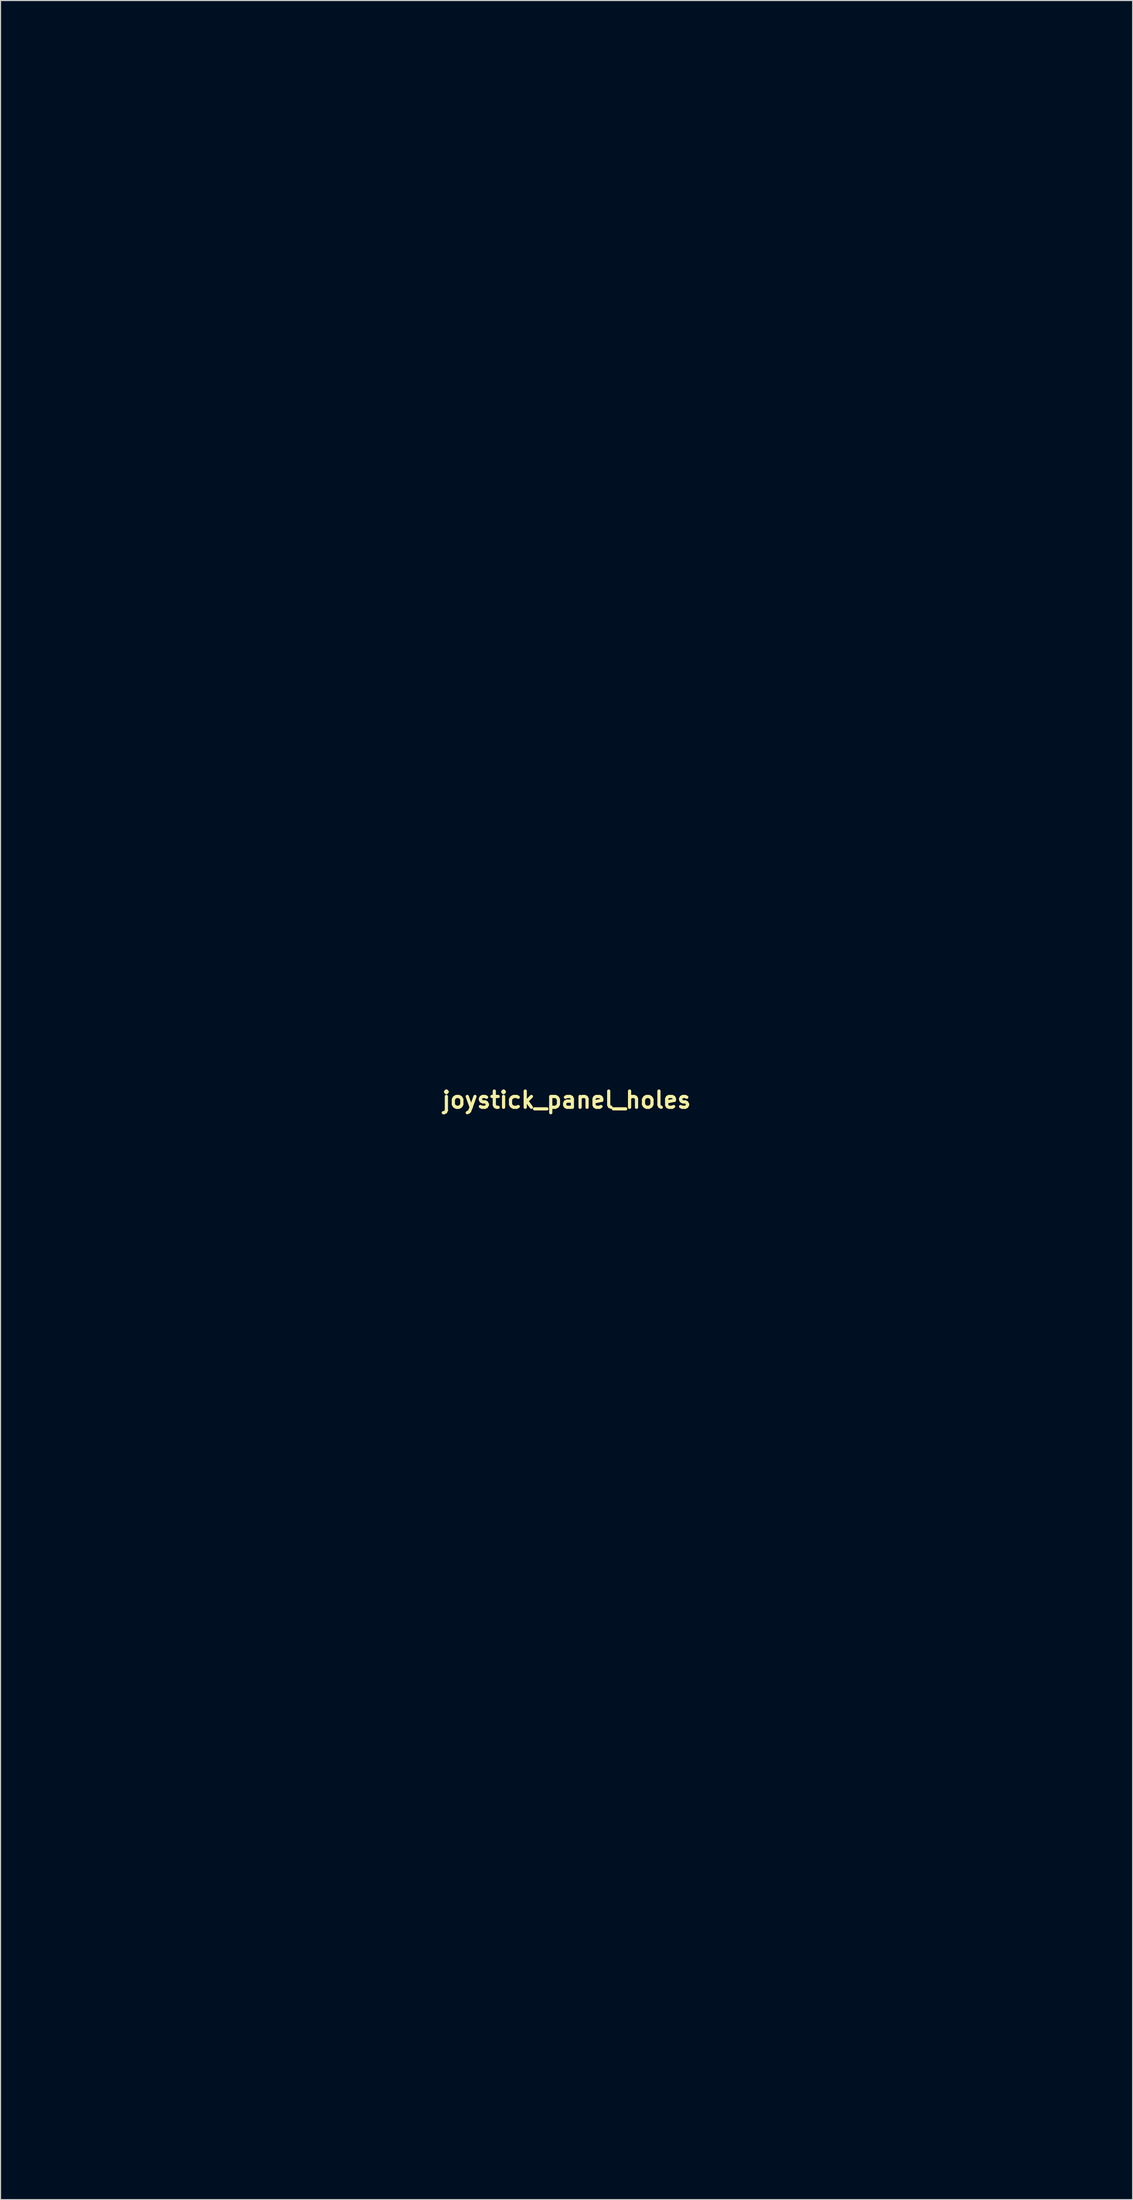
<source format=kicad_pcb>
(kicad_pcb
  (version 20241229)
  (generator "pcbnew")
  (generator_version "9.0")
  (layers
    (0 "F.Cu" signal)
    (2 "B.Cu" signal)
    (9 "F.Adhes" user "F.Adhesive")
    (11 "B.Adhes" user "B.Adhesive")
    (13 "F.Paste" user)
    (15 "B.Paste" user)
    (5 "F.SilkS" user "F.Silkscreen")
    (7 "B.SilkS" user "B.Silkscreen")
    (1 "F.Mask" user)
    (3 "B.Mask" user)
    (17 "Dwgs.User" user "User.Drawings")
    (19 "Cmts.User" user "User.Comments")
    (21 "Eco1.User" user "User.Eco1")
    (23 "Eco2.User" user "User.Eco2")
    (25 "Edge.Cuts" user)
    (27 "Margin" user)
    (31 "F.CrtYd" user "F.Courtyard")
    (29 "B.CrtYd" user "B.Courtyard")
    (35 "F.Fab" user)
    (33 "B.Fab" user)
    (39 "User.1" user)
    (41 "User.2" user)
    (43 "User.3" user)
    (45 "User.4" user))
  (footprint "joystick_panel_holes"
    (layer "F.Cu")
    (at 50.145 100.132)
    (property "Reference" "joystick_panel_holes" (at 0 0 0) (layer "F.SilkS") (effects (font (size 1.524 1.524) (thickness 0.3))))
    (attr through_hole)
    (fp_poly (pts (xy 50.14 100.152) (xy -50.14 100.152) (xy -50.14 -99.847) (xy -49.86 -99.847) (xy -49.86 99.873) (xy 49.86 99.873) (xy 49.86 -99.847) (xy -49.86 -99.847) (xy -50.14 -99.847) (xy -50.14 -100.127) (xy 50.14 -100.127) (xy 50.14 100.152)) (stroke (width 0.01) (type solid)) (fill no) (layer "Eco1.User"))
    (fp_poly (pts (xy -16.058 -34.976) (xy -16.011 -34.967) (xy -15.769 -34.892) (xy -15.553 -34.776) (xy -15.368 -34.625) (xy -15.218 -34.442) (xy -15.105 -34.232) (xy -15.035 -33.999) (xy -15.009 -33.748) (xy -15.009 -33.739) (xy -15.029 -33.492) (xy -15.092 -33.27) (xy -15.199 -33.065) (xy -15.337 -32.89) (xy -15.515 -32.732) (xy -15.719 -32.612) (xy -15.941 -32.53) (xy -16.173 -32.491) (xy -16.406 -32.497) (xy -16.554 -32.526) (xy -16.787 -32.612) (xy -16.99 -32.734) (xy -17.162 -32.886) (xy -17.3 -33.063) (xy -17.404 -33.26) (xy -17.472 -33.47) (xy -17.502 -33.688) (xy -17.492 -33.91) (xy -17.441 -34.128) (xy -17.348 -34.339) (xy -17.209 -34.536) (xy -17.165 -34.586) (xy -16.973 -34.755) (xy -16.762 -34.88) (xy -16.535 -34.959) (xy -16.299 -34.992) (xy -16.058 -34.976)) (stroke (width 0.01) (type solid)) (fill no) (layer "Eco1.User"))
    (fp_poly (pts (xy 16.429 -34.978) (xy 16.663 -34.919) (xy 16.876 -34.819) (xy 17.064 -34.683) (xy 17.224 -34.516) (xy 17.351 -34.325) (xy 17.442 -34.114) (xy 17.493 -33.89) (xy 17.501 -33.657) (xy 17.464 -33.43) (xy 17.378 -33.199) (xy 17.253 -32.994) (xy 17.094 -32.82) (xy 16.908 -32.679) (xy 16.7 -32.574) (xy 16.476 -32.509) (xy 16.24 -32.488) (xy 16 -32.514) (xy 15.96 -32.523) (xy 15.736 -32.602) (xy 15.529 -32.725) (xy 15.348 -32.884) (xy 15.197 -33.073) (xy 15.085 -33.285) (xy 15.037 -33.425) (xy 15.014 -33.568) (xy 15.008 -33.737) (xy 15.02 -33.912) (xy 15.049 -34.073) (xy 15.061 -34.116) (xy 15.156 -34.339) (xy 15.289 -34.535) (xy 15.456 -34.702) (xy 15.651 -34.834) (xy 15.866 -34.928) (xy 16.096 -34.981) (xy 16.336 -34.988) (xy 16.429 -34.978)) (stroke (width 0.01) (type solid)) (fill no) (layer "Eco1.User"))
    (fp_poly (pts (xy 16.477 -67.468) (xy 16.696 -67.408) (xy 16.901 -67.309) (xy 17.088 -67.171) (xy 17.249 -66.997) (xy 17.355 -66.834) (xy 17.445 -66.617) (xy 17.492 -66.383) (xy 17.495 -66.142) (xy 17.455 -65.905) (xy 17.37 -65.68) (xy 17.354 -65.648) (xy 17.233 -65.471) (xy 17.074 -65.309) (xy 16.889 -65.173) (xy 16.689 -65.072) (xy 16.573 -65.033) (xy 16.464 -65.014) (xy 16.327 -65.003) (xy 16.182 -65.002) (xy 16.046 -65.011) (xy 15.936 -65.028) (xy 15.913 -65.035) (xy 15.69 -65.127) (xy 15.496 -65.253) (xy 15.417 -65.321) (xy 15.246 -65.506) (xy 15.123 -65.702) (xy 15.046 -65.916) (xy 15.011 -66.153) (xy 15.008 -66.245) (xy 15.03 -66.494) (xy 15.096 -66.721) (xy 15.208 -66.928) (xy 15.368 -67.12) (xy 15.402 -67.152) (xy 15.594 -67.301) (xy 15.803 -67.406) (xy 16.024 -67.468) (xy 16.251 -67.489) (xy 16.477 -67.468)) (stroke (width 0.01) (type solid)) (fill no) (layer "Eco1.User"))
    (fp_poly (pts (xy -16.184 -67.482) (xy -16.057 -67.474) (xy -15.96 -67.46) (xy -15.873 -67.435) (xy -15.776 -67.395) (xy -15.742 -67.379) (xy -15.521 -67.251) (xy -15.336 -67.089) (xy -15.189 -66.899) (xy -15.084 -66.683) (xy -15.023 -66.448) (xy -15.008 -66.253) (xy -15.026 -66.01) (xy -15.083 -65.794) (xy -15.184 -65.595) (xy -15.331 -65.406) (xy -15.349 -65.387) (xy -15.535 -65.22) (xy -15.734 -65.102) (xy -15.952 -65.029) (xy -16.193 -65.001) (xy -16.249 -65) (xy -16.422 -65.01) (xy -16.57 -65.035) (xy -16.612 -65.046) (xy -16.791 -65.115) (xy -16.939 -65.199) (xy -17.076 -65.31) (xy -17.132 -65.364) (xy -17.296 -65.561) (xy -17.411 -65.774) (xy -17.479 -66.003) (xy -17.501 -66.243) (xy -17.476 -66.49) (xy -17.406 -66.721) (xy -17.294 -66.932) (xy -17.143 -67.117) (xy -16.958 -67.271) (xy -16.743 -67.39) (xy -16.604 -67.441) (xy -16.502 -67.468) (xy -16.407 -67.482) (xy -16.299 -67.486) (xy -16.184 -67.482)) (stroke (width 0.01) (type solid)) (fill no) (layer "Eco1.User"))
    (fp_poly (pts (xy -37.478 -20.583) (xy -37.201 -20.557) (xy -36.944 -20.487) (xy -36.71 -20.378) (xy -36.499 -20.235) (xy -36.317 -20.061) (xy -36.164 -19.862) (xy -36.044 -19.641) (xy -35.959 -19.404) (xy -35.913 -19.154) (xy -35.907 -18.897) (xy -35.945 -18.636) (xy -36.029 -18.376) (xy -36.082 -18.263) (xy -36.228 -18.03) (xy -36.41 -17.827) (xy -36.622 -17.659) (xy -36.857 -17.529) (xy -37.111 -17.438) (xy -37.376 -17.391) (xy -37.647 -17.391) (xy -37.739 -17.402) (xy -38.005 -17.466) (xy -38.251 -17.572) (xy -38.473 -17.716) (xy -38.667 -17.893) (xy -38.831 -18.097) (xy -38.96 -18.323) (xy -39.051 -18.568) (xy -39.1 -18.826) (xy -39.105 -19.092) (xy -39.1 -19.126) (xy -38.506 -19.126) (xy -38.506 -18.872) (xy -37.643 -18.872) (xy -37.643 -17.983) (xy -37.39 -17.983) (xy -37.376 -18.86) (xy -36.937 -18.866) (xy -36.497 -18.873) (xy -36.505 -18.993) (xy -36.513 -19.113) (xy -37.389 -19.127) (xy -37.389 -19.99) (xy -37.643 -19.99) (xy -37.643 -19.126) (xy -38.506 -19.126) (xy -39.1 -19.126) (xy -39.08 -19.281) (xy -39.002 -19.551) (xy -38.882 -19.801) (xy -38.724 -20.024) (xy -38.533 -20.215) (xy -38.312 -20.369) (xy -38.227 -20.414) (xy -38.048 -20.493) (xy -37.889 -20.545) (xy -37.729 -20.573) (xy -37.549 -20.583) (xy -37.478 -20.583)) (stroke (width 0.01) (type solid)) (fill no) (layer "Eco1.User"))
    (fp_poly (pts (xy 37.697 -20.577) (xy 37.876 -20.548) (xy 38.049 -20.494) (xy 38.189 -20.433) (xy 38.438 -20.287) (xy 38.65 -20.106) (xy 38.826 -19.889) (xy 38.95 -19.672) (xy 39.024 -19.496) (xy 39.071 -19.33) (xy 39.095 -19.154) (xy 39.1 -18.961) (xy 39.073 -18.682) (xy 39 -18.419) (xy 38.886 -18.177) (xy 38.733 -17.959) (xy 38.545 -17.771) (xy 38.326 -17.615) (xy 38.079 -17.496) (xy 37.809 -17.418) (xy 37.709 -17.401) (xy 37.601 -17.387) (xy 37.525 -17.379) (xy 37.461 -17.379) (xy 37.391 -17.386) (xy 37.3 -17.399) (xy 37.02 -17.465) (xy 36.761 -17.575) (xy 36.527 -17.725) (xy 36.324 -17.912) (xy 36.156 -18.133) (xy 36.082 -18.263) (xy 36.018 -18.397) (xy 35.974 -18.512) (xy 35.943 -18.629) (xy 35.919 -18.771) (xy 35.916 -18.794) (xy 35.912 -18.873) (xy 36.497 -18.873) (xy 37.376 -18.86) (xy 37.383 -18.421) (xy 37.39 -17.983) (xy 37.643 -17.983) (xy 37.643 -18.872) (xy 38.506 -18.872) (xy 38.506 -19.126) (xy 37.643 -19.126) (xy 37.643 -19.99) (xy 37.389 -19.99) (xy 37.389 -19.127) (xy 36.513 -19.113) (xy 36.497 -18.873) (xy 35.912 -18.873) (xy 35.902 -19.063) (xy 35.936 -19.323) (xy 36.012 -19.571) (xy 36.127 -19.802) (xy 36.278 -20.012) (xy 36.46 -20.195) (xy 36.669 -20.349) (xy 36.901 -20.467) (xy 37.153 -20.547) (xy 37.421 -20.583) (xy 37.49 -20.585) (xy 37.697 -20.577)) (stroke (width 0.01) (type solid)) (fill no) (layer "Eco1.User"))
    (fp_poly (pts (xy 25.491 -8.454) (xy 25.891 -8.375) (xy 26.06 -8.326) (xy 26.424 -8.189) (xy 26.761 -8.016) (xy 27.078 -7.802) (xy 27.382 -7.544) (xy 27.472 -7.456) (xy 27.757 -7.14) (xy 27.995 -6.804) (xy 28.188 -6.447) (xy 28.336 -6.066) (xy 28.44 -5.66) (xy 28.462 -5.541) (xy 28.481 -5.379) (xy 28.492 -5.185) (xy 28.494 -4.974) (xy 28.489 -4.759) (xy 28.476 -4.557) (xy 28.456 -4.38) (xy 28.437 -4.28) (xy 28.319 -3.863) (xy 28.157 -3.47) (xy 27.954 -3.105) (xy 27.711 -2.769) (xy 27.429 -2.465) (xy 27.112 -2.195) (xy 26.759 -1.96) (xy 26.616 -1.881) (xy 26.27 -1.725) (xy 25.899 -1.606) (xy 25.514 -1.526) (xy 25.126 -1.488) (xy 24.745 -1.493) (xy 24.664 -1.5) (xy 24.254 -1.566) (xy 23.861 -1.679) (xy 23.487 -1.834) (xy 23.136 -2.031) (xy 22.811 -2.265) (xy 22.514 -2.533) (xy 22.248 -2.834) (xy 22.018 -3.164) (xy 21.826 -3.52) (xy 21.674 -3.899) (xy 21.567 -4.299) (xy 21.551 -4.381) (xy 21.524 -4.592) (xy 21.51 -4.833) (xy 21.51 -5.087) (xy 21.511 -5.105) (xy 22.504 -5.105) (xy 22.504 -4.851) (xy 24.867 -4.851) (xy 24.867 -2.489) (xy 25.121 -2.489) (xy 25.121 -4.851) (xy 27.508 -4.851) (xy 27.508 -5.105) (xy 25.133 -5.118) (xy 25.127 -6.306) (xy 25.12 -7.493) (xy 24.867 -7.493) (xy 24.867 -5.105) (xy 22.504 -5.105) (xy 21.511 -5.105) (xy 21.523 -5.337) (xy 21.549 -5.565) (xy 21.564 -5.646) (xy 21.67 -6.058) (xy 21.822 -6.448) (xy 22.019 -6.816) (xy 22.259 -7.158) (xy 22.541 -7.473) (xy 22.835 -7.735) (xy 23.164 -7.968) (xy 23.518 -8.158) (xy 23.892 -8.307) (xy 24.282 -8.411) (xy 24.682 -8.471) (xy 25.086 -8.485) (xy 25.491 -8.454)) (stroke (width 0.01) (type solid)) (fill no) (layer "Eco1.User"))
    (fp_poly (pts (xy -45.271 -98.59) (xy -44.982 -98.59) (xy -44.737 -98.589) (xy -44.531 -98.588) (xy -44.359 -98.586) (xy -44.219 -98.584) (xy -44.106 -98.581) (xy -44.016 -98.578) (xy -43.945 -98.573) (xy -43.89 -98.567) (xy -43.846 -98.56) (xy -43.809 -98.552) (xy -43.777 -98.543) (xy -43.517 -98.439) (xy -43.279 -98.296) (xy -43.071 -98.118) (xy -42.897 -97.911) (xy -42.781 -97.714) (xy -42.702 -97.533) (xy -42.65 -97.372) (xy -42.621 -97.209) (xy -42.61 -97.025) (xy -42.61 -96.977) (xy -42.635 -96.699) (xy -42.707 -96.435) (xy -42.821 -96.191) (xy -42.976 -95.971) (xy -43.167 -95.778) (xy -43.392 -95.617) (xy -43.648 -95.492) (xy -43.802 -95.439) (xy -43.838 -95.429) (xy -43.88 -95.421) (xy -43.931 -95.415) (xy -43.997 -95.409) (xy -44.08 -95.404) (xy -44.186 -95.4) (xy -44.318 -95.397) (xy -44.481 -95.395) (xy -44.678 -95.393) (xy -44.915 -95.391) (xy -45.194 -95.389) (xy -45.479 -95.388) (xy -45.758 -95.387) (xy -46.027 -95.387) (xy -46.28 -95.388) (xy -46.513 -95.389) (xy -46.719 -95.391) (xy -46.895 -95.393) (xy -47.034 -95.396) (xy -47.132 -95.399) (xy -47.181 -95.402) (xy -47.451 -95.457) (xy -47.701 -95.554) (xy -47.927 -95.688) (xy -48.127 -95.856) (xy -48.297 -96.052) (xy -48.433 -96.272) (xy -48.533 -96.511) (xy -48.594 -96.764) (xy -48.612 -97.027) (xy -48.584 -97.294) (xy -48.549 -97.437) (xy -48.449 -97.69) (xy -48.305 -97.924) (xy -48.124 -98.132) (xy -47.91 -98.31) (xy -47.669 -98.451) (xy -47.434 -98.543) (xy -47.401 -98.553) (xy -47.364 -98.561) (xy -47.32 -98.567) (xy -47.264 -98.573) (xy -47.193 -98.578) (xy -47.102 -98.582) (xy -46.988 -98.584) (xy -46.847 -98.587) (xy -46.675 -98.588) (xy -46.467 -98.589) (xy -46.22 -98.59) (xy -45.931 -98.59) (xy -45.606 -98.59) (xy -45.271 -98.59)) (stroke (width 0.01) (type solid)) (fill no) (layer "Eco1.User"))
    (fp_poly (pts (xy -24.669 36.533) (xy -24.272 36.592) (xy -23.91 36.69) (xy -23.522 36.846) (xy -23.158 37.044) (xy -22.824 37.28) (xy -22.52 37.552) (xy -22.251 37.857) (xy -22.018 38.19) (xy -21.825 38.549) (xy -21.674 38.931) (xy -21.567 39.332) (xy -21.551 39.421) (xy -21.522 39.652) (xy -21.509 39.913) (xy -21.512 40.182) (xy -21.53 40.443) (xy -21.564 40.673) (xy -21.669 41.08) (xy -21.819 41.466) (xy -22.01 41.828) (xy -22.241 42.163) (xy -22.507 42.468) (xy -22.808 42.74) (xy -23.139 42.978) (xy -23.499 43.177) (xy -23.884 43.335) (xy -24.282 43.447) (xy -24.409 43.468) (xy -24.573 43.484) (xy -24.762 43.495) (xy -24.962 43.5) (xy -25.162 43.501) (xy -25.347 43.495) (xy -25.505 43.484) (xy -25.594 43.472) (xy -26.002 43.375) (xy -26.392 43.231) (xy -26.76 43.042) (xy -27.107 42.807) (xy -27.428 42.528) (xy -27.472 42.485) (xy -27.759 42.163) (xy -28 41.823) (xy -28.193 41.462) (xy -28.341 41.08) (xy -28.443 40.676) (xy -28.464 40.557) (xy -28.483 40.392) (xy -28.492 40.195) (xy -28.494 39.98) (xy -28.491 39.878) (xy -27.508 39.878) (xy -27.508 40.131) (xy -26.321 40.138) (xy -25.133 40.145) (xy -25.12 42.52) (xy -24.867 42.52) (xy -24.867 40.132) (xy -22.504 40.132) (xy -22.504 39.878) (xy -24.867 39.878) (xy -24.867 37.516) (xy -25.121 37.516) (xy -25.121 39.878) (xy -27.508 39.878) (xy -28.491 39.878) (xy -28.487 39.763) (xy -28.473 39.558) (xy -28.451 39.38) (xy -28.435 39.294) (xy -28.32 38.888) (xy -28.16 38.502) (xy -27.957 38.14) (xy -27.714 37.805) (xy -27.433 37.499) (xy -27.117 37.227) (xy -26.769 36.993) (xy -26.614 36.906) (xy -26.253 36.744) (xy -25.871 36.625) (xy -25.475 36.55) (xy -25.072 36.519) (xy -24.669 36.533)) (stroke (width 0.01) (type solid)) (fill no) (layer "Eco1.User"))
    (fp_poly (pts (xy -24.556 -8.461) (xy -24.154 -8.387) (xy -23.764 -8.265) (xy -23.65 -8.219) (xy -23.277 -8.035) (xy -22.932 -7.81) (xy -22.618 -7.548) (xy -22.336 -7.252) (xy -22.091 -6.926) (xy -21.884 -6.573) (xy -21.719 -6.197) (xy -21.598 -5.801) (xy -21.552 -5.575) (xy -21.525 -5.36) (xy -21.511 -5.116) (xy -21.51 -4.864) (xy -21.523 -4.621) (xy -21.548 -4.408) (xy -21.551 -4.394) (xy -21.645 -3.996) (xy -21.785 -3.615) (xy -21.967 -3.255) (xy -22.186 -2.919) (xy -22.441 -2.611) (xy -22.728 -2.333) (xy -23.044 -2.09) (xy -23.386 -1.883) (xy -23.749 -1.717) (xy -24.132 -1.594) (xy -24.39 -1.539) (xy -24.53 -1.52) (xy -24.694 -1.504) (xy -24.868 -1.492) (xy -25.034 -1.486) (xy -25.176 -1.486) (xy -25.248 -1.489) (xy -25.597 -1.537) (xy -25.949 -1.62) (xy -26.287 -1.732) (xy -26.596 -1.87) (xy -26.614 -1.88) (xy -26.978 -2.099) (xy -27.309 -2.357) (xy -27.605 -2.649) (xy -27.864 -2.973) (xy -28.084 -3.326) (xy -28.262 -3.706) (xy -28.396 -4.109) (xy -28.438 -4.28) (xy -28.462 -4.426) (xy -28.48 -4.609) (xy -28.49 -4.813) (xy -28.494 -5.025) (xy -28.492 -5.105) (xy -27.508 -5.105) (xy -27.508 -4.851) (xy -25.121 -4.851) (xy -25.121 -2.489) (xy -24.867 -2.489) (xy -24.867 -4.851) (xy -22.504 -4.851) (xy -22.504 -5.105) (xy -24.867 -5.105) (xy -24.867 -7.493) (xy -25.12 -7.493) (xy -25.133 -5.118) (xy -27.508 -5.105) (xy -28.492 -5.105) (xy -28.49 -5.23) (xy -28.478 -5.414) (xy -28.464 -5.53) (xy -28.375 -5.932) (xy -28.24 -6.319) (xy -28.061 -6.687) (xy -27.842 -7.031) (xy -27.585 -7.348) (xy -27.293 -7.633) (xy -26.969 -7.883) (xy -26.617 -8.094) (xy -26.556 -8.124) (xy -26.174 -8.285) (xy -25.778 -8.399) (xy -25.373 -8.467) (xy -24.964 -8.487) (xy -24.556 -8.461)) (stroke (width 0.01) (type solid)) (fill no) (layer "Eco1.User"))
    (fp_poly (pts (xy 25.353 36.534) (xy 25.57 36.559) (xy 25.59 36.562) (xy 25.99 36.655) (xy 26.372 36.793) (xy 26.734 36.974) (xy 27.072 37.194) (xy 27.382 37.45) (xy 27.662 37.739) (xy 27.907 38.058) (xy 28.114 38.404) (xy 28.28 38.774) (xy 28.372 39.054) (xy 28.445 39.367) (xy 28.486 39.686) (xy 28.499 40.018) (xy 28.475 40.445) (xy 28.404 40.853) (xy 28.286 41.243) (xy 28.121 41.614) (xy 27.908 41.965) (xy 27.649 42.297) (xy 27.473 42.485) (xy 27.154 42.77) (xy 26.812 43.011) (xy 26.448 43.206) (xy 26.065 43.354) (xy 25.663 43.456) (xy 25.572 43.472) (xy 25.412 43.491) (xy 25.219 43.502) (xy 25.011 43.507) (xy 24.803 43.503) (xy 24.61 43.493) (xy 24.45 43.475) (xy 24.433 43.473) (xy 24.026 43.379) (xy 23.639 43.24) (xy 23.275 43.06) (xy 22.936 42.839) (xy 22.625 42.583) (xy 22.346 42.292) (xy 22.102 41.971) (xy 21.895 41.621) (xy 21.727 41.247) (xy 21.603 40.85) (xy 21.564 40.673) (xy 21.53 40.442) (xy 21.512 40.182) (xy 21.509 39.913) (xy 21.51 39.878) (xy 22.504 39.878) (xy 22.504 40.132) (xy 24.867 40.132) (xy 24.867 42.52) (xy 25.12 42.52) (xy 25.127 41.332) (xy 25.133 40.145) (xy 26.321 40.138) (xy 27.508 40.131) (xy 27.508 39.878) (xy 25.121 39.878) (xy 25.121 37.516) (xy 24.867 37.516) (xy 24.867 39.878) (xy 22.504 39.878) (xy 21.51 39.878) (xy 21.521 39.654) (xy 21.55 39.424) (xy 21.55 39.421) (xy 21.647 39.017) (xy 21.788 38.632) (xy 21.971 38.27) (xy 22.193 37.933) (xy 22.452 37.624) (xy 22.743 37.347) (xy 23.063 37.104) (xy 23.411 36.898) (xy 23.783 36.733) (xy 24.175 36.612) (xy 24.409 36.562) (xy 24.619 36.536) (xy 24.858 36.523) (xy 25.109 36.522) (xy 25.353 36.534)) (stroke (width 0.01) (type solid)) (fill no) (layer "Eco1.User"))
    (fp_poly (pts (xy 38.191 70.065) (xy 38.664 70.154) (xy 39.126 70.287) (xy 39.575 70.465) (xy 40.006 70.687) (xy 40.416 70.952) (xy 40.703 71.176) (xy 41.076 71.521) (xy 41.408 71.895) (xy 41.698 72.294) (xy 41.945 72.715) (xy 42.148 73.155) (xy 42.307 73.612) (xy 42.421 74.083) (xy 42.488 74.564) (xy 42.507 75.053) (xy 42.479 75.546) (xy 42.401 76.041) (xy 42.328 76.349) (xy 42.176 76.812) (xy 41.978 77.258) (xy 41.736 77.684) (xy 41.454 78.084) (xy 41.134 78.457) (xy 40.779 78.797) (xy 40.392 79.102) (xy 40.138 79.271) (xy 39.698 79.515) (xy 39.242 79.711) (xy 38.771 79.858) (xy 38.284 79.957) (xy 37.782 80.007) (xy 37.265 80.01) (xy 37.198 80.006) (xy 36.713 79.955) (xy 36.239 79.856) (xy 35.78 79.712) (xy 35.339 79.524) (xy 34.918 79.296) (xy 34.521 79.029) (xy 34.151 78.725) (xy 33.811 78.387) (xy 33.504 78.017) (xy 33.232 77.618) (xy 32.999 77.191) (xy 32.809 76.74) (xy 32.793 76.695) (xy 32.655 76.231) (xy 32.562 75.752) (xy 32.514 75.265) (xy 32.513 74.892) (xy 35.014 74.892) (xy 35.014 75.146) (xy 37.389 75.159) (xy 37.389 77.521) (xy 37.643 77.521) (xy 37.643 75.159) (xy 40.005 75.159) (xy 40.005 74.879) (xy 37.643 74.879) (xy 37.643 72.517) (xy 37.389 72.517) (xy 37.389 74.879) (xy 36.201 74.885) (xy 35.014 74.892) (xy 32.513 74.892) (xy 32.513 74.777) (xy 32.557 74.294) (xy 32.648 73.824) (xy 32.651 73.812) (xy 32.797 73.333) (xy 32.988 72.875) (xy 33.221 72.44) (xy 33.495 72.032) (xy 33.808 71.652) (xy 34.155 71.305) (xy 34.537 70.993) (xy 34.949 70.719) (xy 35.349 70.505) (xy 35.805 70.314) (xy 36.274 70.171) (xy 36.75 70.075) (xy 37.231 70.025) (xy 37.713 70.022) (xy 38.191 70.065)) (stroke (width 0.01) (type solid)) (fill no) (layer "Eco1.User"))
    (fp_poly (pts (xy -45.276 95.415) (xy -44.992 95.416) (xy -44.752 95.416) (xy -44.55 95.417) (xy -44.382 95.419) (xy -44.245 95.421) (xy -44.135 95.424) (xy -44.047 95.428) (xy -43.978 95.433) (xy -43.923 95.439) (xy -43.878 95.447) (xy -43.84 95.455) (xy -43.815 95.462) (xy -43.546 95.562) (xy -43.304 95.701) (xy -43.092 95.875) (xy -42.915 96.079) (xy -42.775 96.308) (xy -42.676 96.559) (xy -42.621 96.826) (xy -42.61 97.003) (xy -42.617 97.193) (xy -42.641 97.359) (xy -42.687 97.519) (xy -42.759 97.695) (xy -42.779 97.737) (xy -42.912 97.96) (xy -43.088 98.161) (xy -43.299 98.335) (xy -43.539 98.476) (xy -43.764 98.568) (xy -43.796 98.577) (xy -43.831 98.585) (xy -43.876 98.592) (xy -43.932 98.598) (xy -44.005 98.602) (xy -44.099 98.606) (xy -44.217 98.609) (xy -44.363 98.612) (xy -44.541 98.614) (xy -44.756 98.615) (xy -45.011 98.616) (xy -45.31 98.617) (xy -45.529 98.618) (xy -45.814 98.618) (xy -46.086 98.619) (xy -46.339 98.618) (xy -46.57 98.618) (xy -46.773 98.617) (xy -46.945 98.616) (xy -47.081 98.615) (xy -47.176 98.613) (xy -47.226 98.612) (xy -47.231 98.611) (xy -47.489 98.55) (xy -47.734 98.444) (xy -47.96 98.298) (xy -48.162 98.118) (xy -48.334 97.908) (xy -48.468 97.675) (xy -48.549 97.463) (xy -48.603 97.195) (xy -48.608 96.926) (xy -48.568 96.663) (xy -48.485 96.41) (xy -48.361 96.173) (xy -48.2 95.958) (xy -48.003 95.77) (xy -47.773 95.616) (xy -47.714 95.585) (xy -47.649 95.552) (xy -47.589 95.524) (xy -47.533 95.5) (xy -47.474 95.479) (xy -47.408 95.463) (xy -47.333 95.449) (xy -47.243 95.438) (xy -47.134 95.43) (xy -47.002 95.424) (xy -46.843 95.42) (xy -46.653 95.417) (xy -46.428 95.416) (xy -46.163 95.415) (xy -45.855 95.415) (xy -45.606 95.415) (xy -45.276 95.415)) (stroke (width 0.01) (type solid)) (fill no) (layer "Eco1.User"))
    (fp_poly (pts (xy 45.343 95.406) (xy 45.685 95.408) (xy 45.787 95.409) (xy 46.104 95.412) (xy 46.375 95.414) (xy 46.604 95.417) (xy 46.794 95.42) (xy 46.949 95.423) (xy 47.075 95.427) (xy 47.174 95.432) (xy 47.252 95.437) (xy 47.311 95.444) (xy 47.357 95.452) (xy 47.394 95.46) (xy 47.396 95.461) (xy 47.659 95.563) (xy 47.899 95.705) (xy 48.113 95.882) (xy 48.293 96.087) (xy 48.436 96.317) (xy 48.537 96.565) (xy 48.552 96.619) (xy 48.578 96.768) (xy 48.591 96.945) (xy 48.59 97.129) (xy 48.575 97.301) (xy 48.552 97.421) (xy 48.458 97.679) (xy 48.321 97.918) (xy 48.146 98.132) (xy 47.939 98.314) (xy 47.705 98.458) (xy 47.644 98.487) (xy 47.579 98.515) (xy 47.517 98.539) (xy 47.454 98.559) (xy 47.385 98.576) (xy 47.306 98.59) (xy 47.212 98.601) (xy 47.101 98.61) (xy 46.966 98.616) (xy 46.805 98.621) (xy 46.612 98.624) (xy 46.384 98.625) (xy 46.117 98.626) (xy 45.805 98.626) (xy 45.588 98.625) (xy 45.309 98.624) (xy 45.042 98.623) (xy 44.792 98.621) (xy 44.564 98.618) (xy 44.362 98.615) (xy 44.191 98.611) (xy 44.057 98.607) (xy 43.965 98.603) (xy 43.92 98.6) (xy 43.67 98.533) (xy 43.432 98.422) (xy 43.213 98.272) (xy 43.019 98.09) (xy 42.854 97.88) (xy 42.727 97.649) (xy 42.642 97.403) (xy 42.633 97.363) (xy 42.599 97.087) (xy 42.614 96.811) (xy 42.674 96.541) (xy 42.778 96.285) (xy 42.924 96.051) (xy 43.004 95.953) (xy 43.138 95.825) (xy 43.299 95.702) (xy 43.47 95.595) (xy 43.635 95.518) (xy 43.666 95.507) (xy 43.736 95.485) (xy 43.81 95.466) (xy 43.892 95.45) (xy 43.987 95.437) (xy 44.098 95.427) (xy 44.229 95.419) (xy 44.386 95.413) (xy 44.571 95.409) (xy 44.79 95.406) (xy 45.046 95.406) (xy 45.343 95.406)) (stroke (width 0.01) (type solid)) (fill no) (layer "Eco1.User"))
    (fp_poly (pts (xy 45.941 -98.59) (xy 46.229 -98.59) (xy 46.474 -98.589) (xy 46.681 -98.588) (xy 46.852 -98.586) (xy 46.993 -98.584) (xy 47.106 -98.581) (xy 47.196 -98.578) (xy 47.266 -98.573) (xy 47.322 -98.567) (xy 47.366 -98.56) (xy 47.402 -98.552) (xy 47.434 -98.543) (xy 47.695 -98.438) (xy 47.934 -98.293) (xy 48.145 -98.112) (xy 48.322 -97.9) (xy 48.462 -97.665) (xy 48.549 -97.437) (xy 48.602 -97.17) (xy 48.608 -96.902) (xy 48.568 -96.638) (xy 48.485 -96.385) (xy 48.362 -96.149) (xy 48.202 -95.934) (xy 48.007 -95.747) (xy 47.779 -95.593) (xy 47.714 -95.559) (xy 47.648 -95.526) (xy 47.588 -95.498) (xy 47.531 -95.474) (xy 47.471 -95.454) (xy 47.405 -95.438) (xy 47.329 -95.425) (xy 47.237 -95.414) (xy 47.126 -95.406) (xy 46.992 -95.401) (xy 46.829 -95.396) (xy 46.633 -95.393) (xy 46.401 -95.391) (xy 46.128 -95.39) (xy 45.809 -95.389) (xy 45.733 -95.388) (xy 45.454 -95.388) (xy 45.186 -95.387) (xy 44.934 -95.388) (xy 44.703 -95.389) (xy 44.498 -95.391) (xy 44.324 -95.393) (xy 44.187 -95.395) (xy 44.09 -95.398) (xy 44.044 -95.401) (xy 43.845 -95.433) (xy 43.673 -95.484) (xy 43.509 -95.555) (xy 43.259 -95.708) (xy 43.047 -95.892) (xy 42.874 -96.105) (xy 42.743 -96.342) (xy 42.656 -96.602) (xy 42.615 -96.88) (xy 42.612 -96.965) (xy 42.617 -97.157) (xy 42.638 -97.321) (xy 42.681 -97.479) (xy 42.75 -97.648) (xy 42.781 -97.714) (xy 42.919 -97.941) (xy 43.098 -98.145) (xy 43.311 -98.318) (xy 43.552 -98.456) (xy 43.777 -98.543) (xy 43.81 -98.553) (xy 43.847 -98.561) (xy 43.891 -98.567) (xy 43.947 -98.573) (xy 44.018 -98.578) (xy 44.109 -98.582) (xy 44.223 -98.584) (xy 44.364 -98.587) (xy 44.537 -98.588) (xy 44.744 -98.589) (xy 44.991 -98.59) (xy 45.281 -98.59) (xy 45.606 -98.59) (xy 45.941 -98.59)) (stroke (width 0.01) (type solid)) (fill no) (layer "Eco1.User"))
    (fp_poly (pts (xy -36.908 70.054) (xy -36.423 70.136) (xy -35.949 70.265) (xy -35.49 70.44) (xy -35.37 70.496) (xy -34.987 70.696) (xy -34.638 70.919) (xy -34.308 71.175) (xy -33.986 71.472) (xy -33.971 71.487) (xy -33.628 71.864) (xy -33.33 72.266) (xy -33.077 72.691) (xy -32.868 73.141) (xy -32.705 73.612) (xy -32.588 74.107) (xy -32.551 74.324) (xy -32.518 74.661) (xy -32.509 75.026) (xy -32.525 75.401) (xy -32.565 75.772) (xy -32.627 76.12) (xy -32.651 76.225) (xy -32.796 76.702) (xy -32.985 77.157) (xy -33.216 77.587) (xy -33.486 77.99) (xy -33.792 78.364) (xy -34.131 78.707) (xy -34.502 79.015) (xy -34.901 79.287) (xy -35.326 79.52) (xy -35.774 79.712) (xy -36.243 79.86) (xy -36.716 79.96) (xy -36.901 79.984) (xy -37.121 80.001) (xy -37.356 80.011) (xy -37.591 80.013) (xy -37.808 80.006) (xy -38.297 79.955) (xy -38.774 79.856) (xy -39.237 79.71) (xy -39.682 79.521) (xy -40.105 79.29) (xy -40.505 79.018) (xy -40.878 78.709) (xy -41.221 78.364) (xy -41.53 77.985) (xy -41.803 77.574) (xy -41.966 77.279) (xy -42.156 76.863) (xy -42.303 76.444) (xy -42.408 76.014) (xy -42.476 75.561) (xy -42.495 75.353) (xy -42.505 74.879) (xy -40.005 74.879) (xy -40.005 75.159) (xy -37.643 75.159) (xy -37.643 77.521) (xy -37.389 77.521) (xy -37.389 75.159) (xy -35.014 75.146) (xy -35.014 74.892) (xy -36.201 74.885) (xy -37.389 74.879) (xy -37.389 72.517) (xy -37.643 72.517) (xy -37.643 74.879) (xy -40.005 74.879) (xy -42.505 74.879) (xy -42.505 74.863) (xy -42.467 74.38) (xy -42.383 73.907) (xy -42.254 73.448) (xy -42.083 73.006) (xy -41.871 72.582) (xy -41.621 72.181) (xy -41.334 71.805) (xy -41.014 71.456) (xy -40.661 71.139) (xy -40.277 70.855) (xy -39.866 70.607) (xy -39.428 70.399) (xy -38.966 70.234) (xy -38.868 70.205) (xy -38.384 70.095) (xy -37.893 70.033) (xy -37.4 70.02) (xy -36.908 70.054)) (stroke (width 0.01) (type solid)) (fill no) (layer "Eco1.User"))
    (fp_poly (pts (xy -12.121 70.032) (xy -11.625 70.093) (xy -11.135 70.205) (xy -10.81 70.308) (xy -10.469 70.446) (xy -10.12 70.62) (xy -9.781 70.82) (xy -9.507 71.008) (xy -9.384 71.108) (xy -9.238 71.237) (xy -9.079 71.387) (xy -8.918 71.549) (xy -8.763 71.711) (xy -8.624 71.866) (xy -8.511 72.002) (xy -8.476 72.047) (xy -8.2 72.464) (xy -7.968 72.902) (xy -7.783 73.357) (xy -7.643 73.826) (xy -7.551 74.306) (xy -7.506 74.793) (xy -7.508 75.283) (xy -7.56 75.773) (xy -7.66 76.261) (xy -7.758 76.594) (xy -7.927 77.038) (xy -8.128 77.448) (xy -8.367 77.833) (xy -8.649 78.201) (xy -8.902 78.482) (xy -9.272 78.831) (xy -9.667 79.137) (xy -10.086 79.398) (xy -10.527 79.614) (xy -10.987 79.785) (xy -11.465 79.909) (xy -11.96 79.985) (xy -12.469 80.014) (xy -12.814 80.006) (xy -13.299 79.956) (xy -13.776 79.856) (xy -14.241 79.708) (xy -14.69 79.516) (xy -15.119 79.279) (xy -15.525 79) (xy -15.904 78.681) (xy -16.027 78.563) (xy -16.37 78.187) (xy -16.669 77.785) (xy -16.923 77.36) (xy -17.133 76.91) (xy -17.297 76.438) (xy -17.416 75.945) (xy -17.464 75.641) (xy -17.486 75.409) (xy -17.496 75.146) (xy -17.494 74.892) (xy -14.999 74.892) (xy -14.999 75.146) (xy -12.624 75.159) (xy -12.624 77.521) (xy -12.37 77.521) (xy -12.37 75.159) (xy -10.008 75.159) (xy -10.008 74.879) (xy -12.37 74.879) (xy -12.37 72.517) (xy -12.624 72.517) (xy -12.624 74.879) (xy -13.811 74.885) (xy -14.999 74.892) (xy -17.494 74.892) (xy -17.494 74.868) (xy -17.481 74.592) (xy -17.458 74.334) (xy -17.427 74.129) (xy -17.311 73.642) (xy -17.151 73.173) (xy -16.947 72.727) (xy -16.702 72.305) (xy -16.419 71.91) (xy -16.101 71.546) (xy -15.748 71.213) (xy -15.364 70.916) (xy -14.951 70.657) (xy -14.511 70.439) (xy -14.102 70.281) (xy -13.613 70.144) (xy -13.118 70.057) (xy -12.62 70.019) (xy -12.121 70.032)) (stroke (width 0.01) (type solid)) (fill no) (layer "Eco1.User"))
    (fp_poly (pts (xy 13.14 70.057) (xy 13.603 70.139) (xy 14.051 70.264) (xy 14.485 70.428) (xy 14.899 70.631) (xy 15.293 70.871) (xy 15.663 71.145) (xy 16.007 71.453) (xy 16.323 71.792) (xy 16.607 72.161) (xy 16.856 72.558) (xy 17.069 72.98) (xy 17.243 73.428) (xy 17.375 73.898) (xy 17.461 74.379) (xy 17.501 74.873) (xy 17.492 75.36) (xy 17.436 75.838) (xy 17.335 76.303) (xy 17.191 76.755) (xy 17.006 77.188) (xy 16.782 77.602) (xy 16.52 77.992) (xy 16.222 78.357) (xy 15.891 78.693) (xy 15.529 78.997) (xy 15.136 79.268) (xy 14.716 79.502) (xy 14.269 79.696) (xy 13.798 79.849) (xy 13.678 79.879) (xy 13.289 79.957) (xy 12.891 80.002) (xy 12.471 80.015) (xy 12.179 80.006) (xy 11.718 79.958) (xy 11.257 79.862) (xy 10.802 79.719) (xy 10.358 79.533) (xy 9.931 79.306) (xy 9.528 79.039) (xy 9.346 78.899) (xy 9.209 78.78) (xy 9.054 78.633) (xy 8.892 78.47) (xy 8.736 78.302) (xy 8.598 78.143) (xy 8.504 78.026) (xy 8.225 77.614) (xy 7.992 77.182) (xy 7.804 76.735) (xy 7.661 76.274) (xy 7.564 75.805) (xy 7.511 75.33) (xy 7.504 74.879) (xy 10.008 74.879) (xy 10.008 75.159) (xy 12.37 75.159) (xy 12.37 77.521) (xy 12.624 77.521) (xy 12.624 75.159) (xy 14.999 75.146) (xy 14.999 74.892) (xy 13.811 74.885) (xy 12.624 74.879) (xy 12.624 72.517) (xy 12.37 72.517) (xy 12.37 74.879) (xy 10.008 74.879) (xy 7.504 74.879) (xy 7.504 74.853) (xy 7.542 74.377) (xy 7.626 73.906) (xy 7.754 73.443) (xy 7.928 72.991) (xy 8.147 72.555) (xy 8.412 72.137) (xy 8.496 72.022) (xy 8.609 71.881) (xy 8.749 71.721) (xy 8.905 71.554) (xy 9.066 71.392) (xy 9.218 71.247) (xy 9.335 71.146) (xy 9.661 70.903) (xy 10.021 70.68) (xy 10.401 70.482) (xy 10.789 70.318) (xy 11.171 70.193) (xy 11.213 70.182) (xy 11.702 70.079) (xy 12.187 70.025) (xy 12.668 70.018) (xy 13.14 70.057)) (stroke (width 0.01) (type solid)) (fill no) (layer "Eco1.User"))
    (fp_poly (pts (xy 0.593 -70.48) (xy 0.838 -70.476) (xy 1.049 -70.469) (xy 1.189 -70.462) (xy 2.221 -70.372) (xy 3.231 -70.237) (xy 4.223 -70.055) (xy 5.197 -69.826) (xy 6.155 -69.55) (xy 7.1 -69.226) (xy 8.032 -68.854) (xy 8.954 -68.433) (xy 9.181 -68.322) (xy 10.076 -67.846) (xy 10.945 -67.327) (xy 11.787 -66.766) (xy 12.6 -66.164) (xy 13.382 -65.524) (xy 14.132 -64.845) (xy 14.848 -64.13) (xy 15.528 -63.38) (xy 16.17 -62.596) (xy 16.389 -62.31) (xy 16.984 -61.477) (xy 17.534 -60.62) (xy 18.039 -59.739) (xy 18.498 -58.837) (xy 18.912 -57.914) (xy 19.279 -56.972) (xy 19.6 -56.011) (xy 19.873 -55.033) (xy 20.099 -54.039) (xy 20.277 -53.03) (xy 20.406 -52.008) (xy 20.407 -51.994) (xy 20.455 -51.41) (xy 20.485 -50.791) (xy 20.497 -50.152) (xy 20.491 -49.503) (xy 20.468 -48.86) (xy 20.428 -48.234) (xy 20.371 -47.639) (xy 20.357 -47.523) (xy 20.208 -46.515) (xy 20.009 -45.514) (xy 19.761 -44.525) (xy 19.465 -43.549) (xy 19.422 -43.421) (xy 19.074 -42.471) (xy 18.683 -41.545) (xy 18.25 -40.646) (xy 17.777 -39.774) (xy 17.265 -38.931) (xy 16.715 -38.116) (xy 16.129 -37.332) (xy 15.508 -36.579) (xy 14.854 -35.858) (xy 14.168 -35.171) (xy 13.451 -34.517) (xy 12.705 -33.899) (xy 11.931 -33.317) (xy 11.131 -32.772) (xy 10.306 -32.265) (xy 9.457 -31.798) (xy 8.585 -31.37) (xy 7.693 -30.984) (xy 6.781 -30.64) (xy 5.851 -30.339) (xy 4.905 -30.082) (xy 3.943 -29.87) (xy 2.967 -29.704) (xy 1.978 -29.586) (xy 0.979 -29.515) (xy -0.031 -29.494) (xy -0.076 -29.494) (xy -0.268 -29.495) (xy -0.449 -29.497) (xy -0.61 -29.499) (xy -0.743 -29.501) (xy -0.842 -29.503) (xy -0.899 -29.506) (xy -0.902 -29.506) (xy -0.961 -29.51) (xy -1.059 -29.517) (xy -1.188 -29.525) (xy -1.334 -29.534) (xy -1.448 -29.542) (xy -2.361 -29.622) (xy -3.283 -29.751) (xy -4.209 -29.925) (xy -5.134 -30.144) (xy -6.053 -30.406) (xy -6.961 -30.71) (xy -7.853 -31.054) (xy -8.725 -31.438) (xy -9.57 -31.858) (xy -9.655 -31.903) (xy -10.533 -32.4) (xy -11.377 -32.933) (xy -12.19 -33.505) (xy -12.975 -34.118) (xy -13.734 -34.773) (xy -14.469 -35.472) (xy -14.517 -35.52) (xy -15.223 -36.262) (xy -15.885 -37.03) (xy -16.504 -37.824) (xy -17.08 -38.646) (xy -17.615 -39.496) (xy -18.109 -40.377) (xy -18.43 -41.008) (xy -18.823 -41.861) (xy -19.172 -42.717) (xy -19.479 -43.581) (xy -19.746 -44.458) (xy -19.972 -45.352) (xy -20.16 -46.267) (xy -20.311 -47.21) (xy -20.427 -48.185) (xy -20.453 -48.463) (xy -20.463 -48.619) (xy -20.472 -48.818) (xy -20.478 -49.052) (xy -20.483 -49.314) (xy -20.486 -49.596) (xy -20.486 -49.891) (xy -20.485 -50.191) (xy -20.482 -50.488) (xy -20.477 -50.774) (xy -20.471 -51.042) (xy -20.463 -51.284) (xy -20.453 -51.493) (xy -20.441 -51.661) (xy -20.439 -51.689) (xy -20.326 -52.676) (xy -20.176 -53.631) (xy -19.989 -54.559) (xy -19.763 -55.465) (xy -19.496 -56.352) (xy -19.187 -57.226) (xy -18.836 -58.091) (xy -18.44 -58.952) (xy -18.332 -59.169) (xy -17.86 -60.058) (xy -17.345 -60.921) (xy -16.789 -61.757) (xy -16.194 -62.563) (xy -15.56 -63.339) (xy -14.891 -64.083) (xy -14.186 -64.792) (xy -13.448 -65.467) (xy -12.679 -66.104) (xy -11.88 -66.703) (xy -11.052 -67.262) (xy -10.197 -67.779) (xy -9.316 -68.253) (xy -9.245 -68.289) (xy -8.364 -68.707) (xy -7.483 -69.079) (xy -6.597 -69.405) (xy -5.702 -69.688) (xy -4.791 -69.928) (xy -3.861 -70.126) (xy -2.907 -70.285) (xy -1.923 -70.406) (xy -1.74 -70.424) (xy -1.571 -70.437) (xy -1.359 -70.449) (xy -1.114 -70.459) (xy -0.843 -70.467) (xy -0.556 -70.474) (xy -0.26 -70.478) (xy 0.036 -70.481) (xy 0.323 -70.481) (xy 0.593 -70.48)) (stroke (width 0.01) (type solid)) (fill no) (layer "Eco1.User")))
  (gr_rect
    (start -3 -3)
    (end 103.289 203.289)
    (stroke (width 0.1) (type default))
    (fill no)
    (layer "Edge.Cuts")))
</source>
